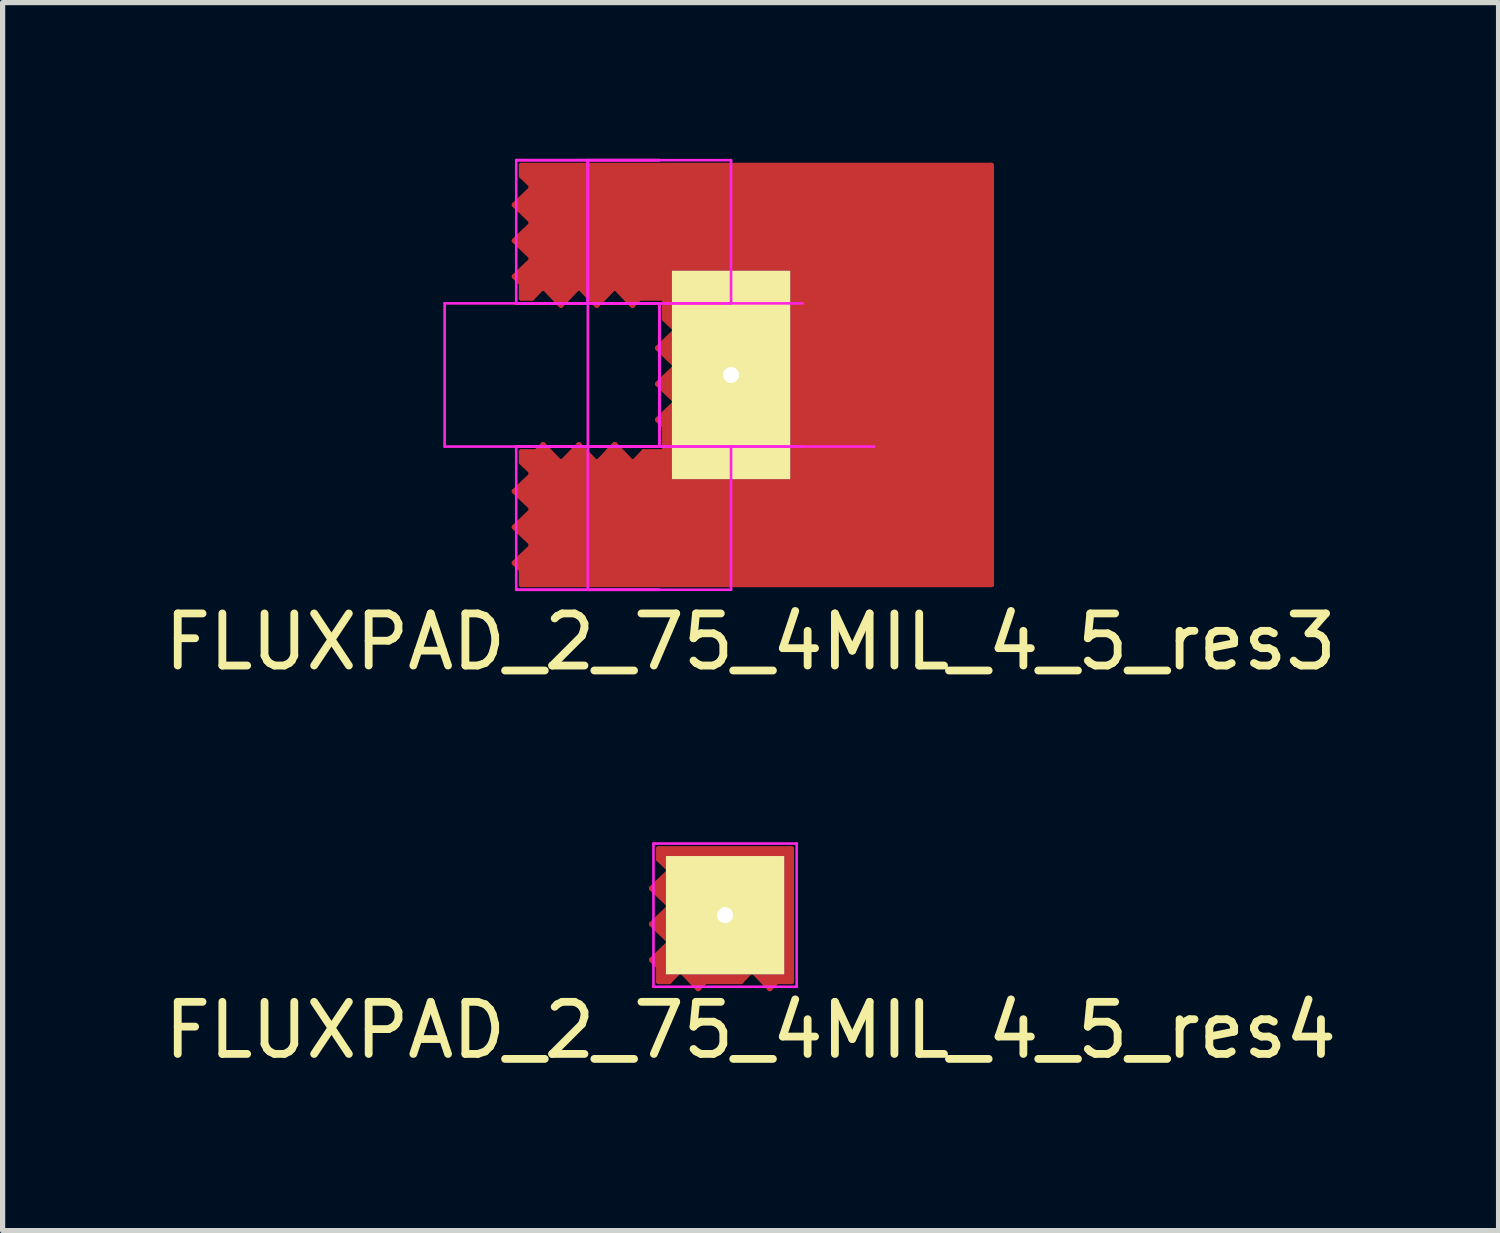
<source format=kicad_pcb>
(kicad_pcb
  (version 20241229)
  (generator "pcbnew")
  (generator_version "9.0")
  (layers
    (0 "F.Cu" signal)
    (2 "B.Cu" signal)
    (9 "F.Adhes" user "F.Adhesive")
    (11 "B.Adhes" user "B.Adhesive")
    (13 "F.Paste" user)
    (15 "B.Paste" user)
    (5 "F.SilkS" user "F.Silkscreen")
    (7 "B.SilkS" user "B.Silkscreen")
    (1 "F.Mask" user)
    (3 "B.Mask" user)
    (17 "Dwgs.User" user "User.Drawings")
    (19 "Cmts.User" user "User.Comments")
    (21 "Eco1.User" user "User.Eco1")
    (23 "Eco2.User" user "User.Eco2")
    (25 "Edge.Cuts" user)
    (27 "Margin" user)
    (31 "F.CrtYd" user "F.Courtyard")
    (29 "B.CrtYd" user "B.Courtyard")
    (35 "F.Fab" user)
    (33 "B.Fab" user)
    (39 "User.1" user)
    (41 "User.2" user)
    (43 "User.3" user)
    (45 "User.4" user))
  (footprint "FLUXPAD_2_75_4MIL_4_5_res3"
    (layer "F.Cu")
    (at 10.988 4.15)
    (property "Reference" "FLUXPAD_2_75_4MIL_4_5_res3" (at 0.375 5.125 0) (layer "F.SilkS") (effects (font (size 1 1) (thickness 0.15))))
    (attr through_hole)
    (fp_line (start -4.161 -3.266) (end -3.801 -3.609) (stroke (width 0.1) (type solid)) (layer "F.Cu"))
    (fp_line (start -4.161 -2.578) (end -3.801 -2.922) (stroke (width 0.1) (type solid)) (layer "F.Cu"))
    (fp_line (start -4.161 -1.891) (end -4.025 -1.761) (stroke (width 0.1) (type solid)) (layer "F.Cu"))
    (fp_line (start -4.161 -1.891) (end -3.801 -2.234) (stroke (width 0.1) (type solid)) (layer "F.Cu"))
    (fp_line (start -4.161 2.234) (end -3.801 1.891) (stroke (width 0.1) (type solid)) (layer "F.Cu"))
    (fp_line (start -4.161 2.922) (end -3.801 2.578) (stroke (width 0.1) (type solid)) (layer "F.Cu"))
    (fp_line (start -4.161 3.609) (end -4.025 3.739) (stroke (width 0.1) (type solid)) (layer "F.Cu"))
    (fp_line (start -4.161 3.609) (end -3.801 3.266) (stroke (width 0.1) (type solid)) (layer "F.Cu"))
    (fp_line (start -4.05 -3.27) (end -3.92 -3.39) (stroke (width 0.15) (type solid)) (layer "F.Cu"))
    (fp_line (start -4.05 2.23) (end -3.92 2.11) (stroke (width 0.15) (type solid)) (layer "F.Cu"))
    (fp_line (start -4.04 -2.58) (end -3.91 -2.7) (stroke (width 0.15) (type solid)) (layer "F.Cu"))
    (fp_line (start -4.04 2.92) (end -3.91 2.8) (stroke (width 0.15) (type solid)) (layer "F.Cu"))
    (fp_line (start -4.025 -4.025) (end -4.025 -3.824) (stroke (width 0.1) (type solid)) (layer "F.Cu"))
    (fp_line (start -4.025 -3.824) (end -3.801 -3.609) (stroke (width 0.1) (type solid)) (layer "F.Cu"))
    (fp_line (start -4.025 -1.761) (end -4.025 -1.475) (stroke (width 0.1) (type solid)) (layer "F.Cu"))
    (fp_line (start -4.025 -1.475) (end -3.824 -1.475) (stroke (width 0.1) (type solid)) (layer "F.Cu"))
    (fp_line (start -4.025 1.475) (end -4.025 1.676) (stroke (width 0.1) (type solid)) (layer "F.Cu"))
    (fp_line (start -4.025 1.676) (end -3.801 1.891) (stroke (width 0.1) (type solid)) (layer "F.Cu"))
    (fp_line (start -4.025 3.739) (end -4.025 4.025) (stroke (width 0.1) (type solid)) (layer "F.Cu"))
    (fp_line (start -4.025 4.025) (end 5 4.025) (stroke (width 0.1) (type solid)) (layer "F.Cu"))
    (fp_line (start -3.93 -1.58) (end -3.92 -2.03) (stroke (width 0.15) (type solid)) (layer "F.Cu"))
    (fp_line (start -3.93 3.92) (end -3.92 3.47) (stroke (width 0.15) (type solid)) (layer "F.Cu"))
    (fp_line (start -3.92 -3.82) (end -3.92 -3.93) (stroke (width 0.15) (type solid)) (layer "F.Cu"))
    (fp_line (start -3.92 -3.39) (end -3.92 -3.14) (stroke (width 0.15) (type solid)) (layer "F.Cu"))
    (fp_line (start -3.92 -3.14) (end -4.05 -3.27) (stroke (width 0.15) (type solid)) (layer "F.Cu"))
    (fp_line (start -3.92 -2.03) (end -4.02 -1.87) (stroke (width 0.15) (type solid)) (layer "F.Cu"))
    (fp_line (start -3.92 1.57) (end -3.47 1.58) (stroke (width 0.15) (type solid)) (layer "F.Cu"))
    (fp_line (start -3.92 1.68) (end -3.92 1.57) (stroke (width 0.15) (type solid)) (layer "F.Cu"))
    (fp_line (start -3.92 2.11) (end -3.92 2.36) (stroke (width 0.15) (type solid)) (layer "F.Cu"))
    (fp_line (start -3.92 2.36) (end -4.05 2.23) (stroke (width 0.15) (type solid)) (layer "F.Cu"))
    (fp_line (start -3.92 3.47) (end -4.02 3.63) (stroke (width 0.15) (type solid)) (layer "F.Cu"))
    (fp_line (start -3.91 -2.7) (end -3.91 -2.45) (stroke (width 0.15) (type solid)) (layer "F.Cu"))
    (fp_line (start -3.91 -2.45) (end -4.04 -2.58) (stroke (width 0.15) (type solid)) (layer "F.Cu"))
    (fp_line (start -3.91 2.8) (end -3.91 3.05) (stroke (width 0.15) (type solid)) (layer "F.Cu"))
    (fp_line (start -3.91 3.05) (end -4.04 2.92) (stroke (width 0.15) (type solid)) (layer "F.Cu"))
    (fp_line (start -3.824 -1.475) (end -3.609 -1.699) (stroke (width 0.1) (type solid)) (layer "F.Cu"))
    (fp_line (start -3.82 -1.58) (end -3.93 -1.58) (stroke (width 0.15) (type solid)) (layer "F.Cu"))
    (fp_line (start -3.801 -2.922) (end -4.161 -3.266) (stroke (width 0.1) (type solid)) (layer "F.Cu"))
    (fp_line (start -3.801 -2.234) (end -4.161 -2.578) (stroke (width 0.1) (type solid)) (layer "F.Cu"))
    (fp_line (start -3.801 2.578) (end -4.161 2.234) (stroke (width 0.1) (type solid)) (layer "F.Cu"))
    (fp_line (start -3.801 3.266) (end -4.161 2.922) (stroke (width 0.1) (type solid)) (layer "F.Cu"))
    (fp_line (start -3.739 1.475) (end -4.025 1.475) (stroke (width 0.1) (type solid)) (layer "F.Cu"))
    (fp_line (start -3.609 1.339) (end -3.266 1.699) (stroke (width 0.1) (type solid)) (layer "F.Cu"))
    (fp_line (start -3.609 1.339) (end -3.739 1.475) (stroke (width 0.1) (type solid)) (layer "F.Cu"))
    (fp_line (start -3.47 1.58) (end -3.63 1.48) (stroke (width 0.15) (type solid)) (layer "F.Cu"))
    (fp_line (start -3.39 -1.58) (end -3.14 -1.58) (stroke (width 0.15) (type solid)) (layer "F.Cu"))
    (fp_line (start -3.27 -1.45) (end -3.39 -1.58) (stroke (width 0.15) (type solid)) (layer "F.Cu"))
    (fp_line (start -3.266 -1.339) (end -3.609 -1.699) (stroke (width 0.1) (type solid)) (layer "F.Cu"))
    (fp_line (start -3.266 1.699) (end -2.922 1.339) (stroke (width 0.1) (type solid)) (layer "F.Cu"))
    (fp_line (start -3.14 -1.58) (end -3.27 -1.45) (stroke (width 0.15) (type solid)) (layer "F.Cu"))
    (fp_line (start -3.05 1.59) (end -2.92 1.46) (stroke (width 0.15) (type solid)) (layer "F.Cu"))
    (fp_line (start -2.922 -1.699) (end -3.266 -1.339) (stroke (width 0.1) (type solid)) (layer "F.Cu"))
    (fp_line (start -2.922 1.339) (end -2.578 1.699) (stroke (width 0.1) (type solid)) (layer "F.Cu"))
    (fp_line (start -2.92 1.46) (end -2.8 1.59) (stroke (width 0.15) (type solid)) (layer "F.Cu"))
    (fp_line (start -2.8 1.59) (end -3.05 1.59) (stroke (width 0.15) (type solid)) (layer "F.Cu"))
    (fp_line (start -2.7 -1.59) (end -2.45 -1.59) (stroke (width 0.15) (type solid)) (layer "F.Cu"))
    (fp_line (start -2.65 -1.475) (end -2.449 -1.475) (stroke (width 0.1) (type solid)) (layer "F.Cu"))
    (fp_line (start -2.58 -1.46) (end -2.7 -1.59) (stroke (width 0.15) (type solid)) (layer "F.Cu"))
    (fp_line (start -2.578 -1.339) (end -2.922 -1.699) (stroke (width 0.1) (type solid)) (layer "F.Cu"))
    (fp_line (start -2.578 1.699) (end -2.234 1.339) (stroke (width 0.1) (type solid)) (layer "F.Cu"))
    (fp_line (start -2.45 -1.59) (end -2.58 -1.46) (stroke (width 0.15) (type solid)) (layer "F.Cu"))
    (fp_line (start -2.449 -1.475) (end -2.234 -1.699) (stroke (width 0.1) (type solid)) (layer "F.Cu"))
    (fp_line (start -2.445 -1.58) (end -2.555 -1.58) (stroke (width 0.15) (type solid)) (layer "F.Cu"))
    (fp_line (start -2.36 1.58) (end -2.23 1.45) (stroke (width 0.15) (type solid)) (layer "F.Cu"))
    (fp_line (start -2.234 -1.699) (end -2.578 -1.339) (stroke (width 0.1) (type solid)) (layer "F.Cu"))
    (fp_line (start -2.234 1.339) (end -1.891 1.699) (stroke (width 0.1) (type solid)) (layer "F.Cu"))
    (fp_line (start -2.234 1.339) (end -1.891 1.699) (stroke (width 0.1) (type solid)) (layer "F.Cu"))
    (fp_line (start -2.234 1.339) (end -2.364 1.475) (stroke (width 0.1) (type solid)) (layer "F.Cu"))
    (fp_line (start -2.23 1.45) (end -2.11 1.58) (stroke (width 0.15) (type solid)) (layer "F.Cu"))
    (fp_line (start -2.11 1.58) (end -2.36 1.58) (stroke (width 0.15) (type solid)) (layer "F.Cu"))
    (fp_line (start -2.095 1.58) (end -2.255 1.48) (stroke (width 0.15) (type solid)) (layer "F.Cu"))
    (fp_line (start -2.03 -1.58) (end -1.87 -1.48) (stroke (width 0.15) (type solid)) (layer "F.Cu"))
    (fp_line (start -2.015 -1.58) (end -1.765 -1.58) (stroke (width 0.15) (type solid)) (layer "F.Cu"))
    (fp_line (start -1.895 -1.45) (end -2.015 -1.58) (stroke (width 0.15) (type solid)) (layer "F.Cu"))
    (fp_line (start -1.891 -1.339) (end -2.234 -1.699) (stroke (width 0.1) (type solid)) (layer "F.Cu"))
    (fp_line (start -1.891 -1.339) (end -2.234 -1.699) (stroke (width 0.1) (type solid)) (layer "F.Cu"))
    (fp_line (start -1.891 1.699) (end -1.676 1.475) (stroke (width 0.1) (type solid)) (layer "F.Cu"))
    (fp_line (start -1.775 -1.475) (end -1.275 -1.475) (stroke (width 0.1) (type solid)) (layer "F.Cu"))
    (fp_line (start -1.765 -1.58) (end -1.895 -1.45) (stroke (width 0.15) (type solid)) (layer "F.Cu"))
    (fp_line (start -1.65 -1.56) (end -1.15 -1.56) (stroke (width 0.152) (type solid)) (layer "F.Cu"))
    (fp_line (start -1.65 1.56) (end -1.15 1.56) (stroke (width 0.152) (type solid)) (layer "F.Cu"))
    (fp_line (start -1.547 -1.699) (end -1.891 -1.339) (stroke (width 0.1) (type solid)) (layer "F.Cu"))
    (fp_line (start -1.425 1.59) (end -1.675 1.59) (stroke (width 0.15) (type solid)) (layer "F.Cu"))
    (fp_line (start -1.411 -0.516) (end -1.051 -0.859) (stroke (width 0.1) (type solid)) (layer "F.Cu"))
    (fp_line (start -1.411 0.172) (end -1.051 -0.172) (stroke (width 0.1) (type solid)) (layer "F.Cu"))
    (fp_line (start -1.411 0.859) (end -1.275 0.989) (stroke (width 0.1) (type solid)) (layer "F.Cu"))
    (fp_line (start -1.411 0.859) (end -1.051 0.516) (stroke (width 0.1) (type solid)) (layer "F.Cu"))
    (fp_line (start -1.3 -0.52) (end -1.17 -0.64) (stroke (width 0.15) (type solid)) (layer "F.Cu"))
    (fp_line (start -1.29 0.17) (end -1.16 0.05) (stroke (width 0.15) (type solid)) (layer "F.Cu"))
    (fp_line (start -1.275 -1.475) (end -1.275 -1.074) (stroke (width 0.1) (type solid)) (layer "F.Cu"))
    (fp_line (start -1.275 -1.074) (end -1.051 -0.859) (stroke (width 0.1) (type solid)) (layer "F.Cu"))
    (fp_line (start -1.275 0.989) (end -1.275 1.475) (stroke (width 0.1) (type solid)) (layer "F.Cu"))
    (fp_line (start -1.275 1.475) (end -1.676 1.475) (stroke (width 0.1) (type solid)) (layer "F.Cu"))
    (fp_line (start -1.18 -1) (end -1.18 -1.6) (stroke (width 0.1) (type solid)) (layer "F.Cu"))
    (fp_line (start -1.18 1) (end -1.18 1.6) (stroke (width 0.152) (type solid)) (layer "F.Cu"))
    (fp_line (start -1.18 1.17) (end -1.17 0.72) (stroke (width 0.15) (type solid)) (layer "F.Cu"))
    (fp_line (start -1.17 -0.64) (end -1.17 -0.39) (stroke (width 0.15) (type solid)) (layer "F.Cu"))
    (fp_line (start -1.17 -0.39) (end -1.3 -0.52) (stroke (width 0.15) (type solid)) (layer "F.Cu"))
    (fp_line (start -1.17 0.72) (end -1.27 0.88) (stroke (width 0.15) (type solid)) (layer "F.Cu"))
    (fp_line (start -1.16 0.05) (end -1.16 0.3) (stroke (width 0.15) (type solid)) (layer "F.Cu"))
    (fp_line (start -1.16 0.3) (end -1.29 0.17) (stroke (width 0.15) (type solid)) (layer "F.Cu"))
    (fp_line (start -1.051 -0.172) (end -1.411 -0.516) (stroke (width 0.1) (type solid)) (layer "F.Cu"))
    (fp_line (start -1.051 0.516) (end -1.411 0.172) (stroke (width 0.1) (type solid)) (layer "F.Cu"))
    (fp_line (start 5 -4.025) (end -4.025 -4.025) (stroke (width 0.1) (type solid)) (layer "F.Cu"))
    (fp_line (start 5 4.025) (end 5 -4.025) (stroke (width 0.1) (type solid)) (layer "F.Cu"))
    (fp_line (start -5.5 -1.375) (end -5.5 1.375) (stroke (width 0.05) (type solid)) (layer "F.CrtYd"))
    (fp_line (start -5.5 -1.375) (end -2.75 -1.375) (stroke (width 0.05) (type solid)) (layer "F.CrtYd"))
    (fp_line (start -5.5 1.375) (end -2.75 1.375) (stroke (width 0.05) (type solid)) (layer "F.CrtYd"))
    (fp_line (start -4.125 -4.125) (end -4.125 -1.375) (stroke (width 0.05) (type solid)) (layer "F.CrtYd"))
    (fp_line (start -4.125 -4.125) (end -1.375 -4.125) (stroke (width 0.05) (type solid)) (layer "F.CrtYd"))
    (fp_line (start -4.125 -4.125) (end -1.375 -4.125) (stroke (width 0.05) (type solid)) (layer "F.CrtYd"))
    (fp_line (start -4.125 -1.375) (end -1.375 -1.375) (stroke (width 0.05) (type solid)) (layer "F.CrtYd"))
    (fp_line (start -4.125 -1.375) (end -1.375 -1.375) (stroke (width 0.05) (type solid)) (layer "F.CrtYd"))
    (fp_line (start -4.125 -1.375) (end -1.375 -1.375) (stroke (width 0.05) (type solid)) (layer "F.CrtYd"))
    (fp_line (start -4.125 1.375) (end -4.125 4.125) (stroke (width 0.05) (type solid)) (layer "F.CrtYd"))
    (fp_line (start -4.125 1.375) (end -1.375 1.375) (stroke (width 0.05) (type solid)) (layer "F.CrtYd"))
    (fp_line (start -4.125 1.375) (end -1.375 1.375) (stroke (width 0.05) (type solid)) (layer "F.CrtYd"))
    (fp_line (start -4.125 1.375) (end -1.375 1.375) (stroke (width 0.05) (type solid)) (layer "F.CrtYd"))
    (fp_line (start -4.125 4.125) (end -1.375 4.125) (stroke (width 0.05) (type solid)) (layer "F.CrtYd"))
    (fp_line (start -4.125 4.125) (end -1.375 4.125) (stroke (width 0.05) (type solid)) (layer "F.CrtYd"))
    (fp_line (start -2.75 -4.125) (end -2.75 -1.375) (stroke (width 0.05) (type solid)) (layer "F.CrtYd"))
    (fp_line (start -2.75 -4.125) (end -2.75 -1.375) (stroke (width 0.05) (type solid)) (layer "F.CrtYd"))
    (fp_line (start -2.75 -4.125) (end -2.75 4.125) (stroke (width 0.05) (type solid)) (layer "F.CrtYd"))
    (fp_line (start -2.75 -4.125) (end 0 -4.125) (stroke (width 0.05) (type solid)) (layer "F.CrtYd"))
    (fp_line (start -2.75 -1.375) (end 0 -1.375) (stroke (width 0.05) (type solid)) (layer "F.CrtYd"))
    (fp_line (start -2.75 1.375) (end 0 1.375) (stroke (width 0.05) (type solid)) (layer "F.CrtYd"))
    (fp_line (start -2.75 4.125) (end 0 4.125) (stroke (width 0.05) (type solid)) (layer "F.CrtYd"))
    (fp_line (start -1.375 -1.375) (end -1.375 1.375) (stroke (width 0.05) (type solid)) (layer "F.CrtYd"))
    (fp_line (start -1.375 -1.375) (end -1.375 1.375) (stroke (width 0.05) (type solid)) (layer "F.CrtYd"))
    (fp_line (start -1.375 -1.375) (end 1.375 -1.375) (stroke (width 0.05) (type solid)) (layer "F.CrtYd"))
    (fp_line (start -1.375 1.375) (end 1.375 1.375) (stroke (width 0.05) (type solid)) (layer "F.CrtYd"))
    (fp_line (start 0 -4.125) (end 0 -1.375) (stroke (width 0.05) (type solid)) (layer "F.CrtYd"))
    (fp_line (start 0 1.375) (end 0 4.125) (stroke (width 0.05) (type solid)) (layer "F.CrtYd"))
    (fp_line (start 0 1.375) (end 2.75 1.375) (stroke (width 0.05) (type solid)) (layer "F.CrtYd"))
    (pad "" smd rect (at -1.39 -2.815) (size 5 2.4) (layers "F.Cu" "F.Mask"))
    (pad "" smd rect (at -1.39 2.815) (size 5 2.4) (layers "F.Cu" "F.Mask"))
    (pad "" smd rect (at 3 0) (size 4 8) (layers "F.Cu" "F.Mask"))
    (pad "1" thru_hole circle (at 0 0) (size 0.605 0.605) (drill 0.3) (layers "*.Cu" "*.Mask" "F.SilkS"))
    (pad "1" thru_hole rect (at 0 0) (size 2.27 4) (drill 0.3) (layers "F.Cu" "F.Mask" "F.SilkS")))
  (footprint "FLUXPAD_2_75_4MIL_4_5_res4"
    (layer "F.Cu")
    (at 10.873 14.523)
    (property "Reference" "FLUXPAD_2_75_4MIL_4_5_res4" (at 0.49 2.21 0) (layer "F.SilkS") (effects (font (size 1 1) (thickness 0.15))))
    (attr through_hole)
    (fp_line (start -1.411 -0.516) (end -1.051 -0.859) (stroke (width 0.1) (type solid)) (layer "F.Cu"))
    (fp_line (start -1.411 0.172) (end -1.051 -0.172) (stroke (width 0.1) (type solid)) (layer "F.Cu"))
    (fp_line (start -1.411 0.859) (end -1.275 0.989) (stroke (width 0.1) (type solid)) (layer "F.Cu"))
    (fp_line (start -1.411 0.859) (end -1.051 0.516) (stroke (width 0.1) (type solid)) (layer "F.Cu"))
    (fp_line (start -1.3 -0.52) (end -1.17 -0.64) (stroke (width 0.15) (type solid)) (layer "F.Cu"))
    (fp_line (start -1.29 0.17) (end -1.16 0.05) (stroke (width 0.15) (type solid)) (layer "F.Cu"))
    (fp_line (start -1.275 -1.275) (end -1.275 -1.074) (stroke (width 0.1) (type solid)) (layer "F.Cu"))
    (fp_line (start -1.275 -1.074) (end -1.051 -0.859) (stroke (width 0.1) (type solid)) (layer "F.Cu"))
    (fp_line (start -1.275 0.989) (end -1.275 1.275) (stroke (width 0.1) (type solid)) (layer "F.Cu"))
    (fp_line (start -1.275 1.275) (end -1.074 1.275) (stroke (width 0.1) (type solid)) (layer "F.Cu"))
    (fp_line (start -1.25 -1.18) (end 1.25 -1.18) (stroke (width 0.1) (type solid)) (layer "F.Cu"))
    (fp_line (start -1.18 1.17) (end -1.17 0.72) (stroke (width 0.15) (type solid)) (layer "F.Cu"))
    (fp_line (start -1.17 -1.07) (end -1.17 -1.18) (stroke (width 0.15) (type solid)) (layer "F.Cu"))
    (fp_line (start -1.17 -0.64) (end -1.17 -0.39) (stroke (width 0.15) (type solid)) (layer "F.Cu"))
    (fp_line (start -1.17 -0.39) (end -1.3 -0.52) (stroke (width 0.15) (type solid)) (layer "F.Cu"))
    (fp_line (start -1.17 0.72) (end -1.27 0.88) (stroke (width 0.15) (type solid)) (layer "F.Cu"))
    (fp_line (start -1.16 0.05) (end -1.16 0.3) (stroke (width 0.15) (type solid)) (layer "F.Cu"))
    (fp_line (start -1.16 0.3) (end -1.29 0.17) (stroke (width 0.15) (type solid)) (layer "F.Cu"))
    (fp_line (start -1.074 1.275) (end -0.859 1.051) (stroke (width 0.1) (type solid)) (layer "F.Cu"))
    (fp_line (start -1.07 1.17) (end -1.18 1.17) (stroke (width 0.15) (type solid)) (layer "F.Cu"))
    (fp_line (start -1.051 -0.172) (end -1.411 -0.516) (stroke (width 0.1) (type solid)) (layer "F.Cu"))
    (fp_line (start -1.051 0.516) (end -1.411 0.172) (stroke (width 0.1) (type solid)) (layer "F.Cu"))
    (fp_line (start -0.64 1.17) (end -0.39 1.17) (stroke (width 0.15) (type solid)) (layer "F.Cu"))
    (fp_line (start -0.52 1.3) (end -0.64 1.17) (stroke (width 0.15) (type solid)) (layer "F.Cu"))
    (fp_line (start -0.516 1.411) (end -0.859 1.051) (stroke (width 0.1) (type solid)) (layer "F.Cu"))
    (fp_line (start -0.39 1.17) (end -0.52 1.3) (stroke (width 0.15) (type solid)) (layer "F.Cu"))
    (fp_line (start -0.38 1.275) (end 0.304 1.275) (stroke (width 0.1) (type solid)) (layer "F.Cu"))
    (fp_line (start -0.3 1.16) (end 0.3 1.16) (stroke (width 0.15) (type solid)) (layer "F.Cu"))
    (fp_line (start -0.172 1.051) (end -0.516 1.411) (stroke (width 0.1) (type solid)) (layer "F.Cu"))
    (fp_line (start 0.516 1.051) (end 0.304 1.275) (stroke (width 0.1) (type solid)) (layer "F.Cu"))
    (fp_line (start 0.72 1.17) (end 0.88 1.27) (stroke (width 0.15) (type solid)) (layer "F.Cu"))
    (fp_line (start 0.859 1.411) (end 0.989 1.275) (stroke (width 0.1) (type solid)) (layer "F.Cu"))
    (fp_line (start 0.859 1.411) (end 0.516 1.051) (stroke (width 0.1) (type solid)) (layer "F.Cu"))
    (fp_line (start 0.989 1.275) (end 1.275 1.275) (stroke (width 0.1) (type solid)) (layer "F.Cu"))
    (fp_line (start 1.17 1.18) (end 0.72 1.17) (stroke (width 0.15) (type solid)) (layer "F.Cu"))
    (fp_line (start 1.18 1.15) (end 1.18 -1.15) (stroke (width 0.1) (type solid)) (layer "F.Cu"))
    (fp_line (start 1.275 -1.275) (end -1.275 -1.275) (stroke (width 0.1) (type solid)) (layer "F.Cu"))
    (fp_line (start 1.275 1.275) (end 1.275 -1.275) (stroke (width 0.1) (type solid)) (layer "F.Cu"))
    (fp_line (start -1.375 -1.375) (end -1.375 1.375) (stroke (width 0.05) (type solid)) (layer "F.CrtYd"))
    (fp_line (start -1.375 -1.375) (end 1.375 -1.375) (stroke (width 0.05) (type solid)) (layer "F.CrtYd"))
    (fp_line (start -1.375 1.375) (end 1.375 1.375) (stroke (width 0.05) (type solid)) (layer "F.CrtYd"))
    (fp_line (start 1.375 -1.375) (end 1.375 1.375) (stroke (width 0.05) (type solid)) (layer "F.CrtYd"))
    (pad "1" thru_hole circle (at 0 0) (size 0.605 0.605) (drill 0.3) (layers "*.Cu" "*.Mask" "F.SilkS"))
    (pad "1" thru_hole rect (at 0 0) (size 2.27 2.27) (drill 0.3) (layers "F.Cu" "F.Mask" "F.SilkS")))
  (gr_rect
    (start -3 -3)
    (end 25.726 20.581)
    (stroke (width 0.1) (type default))
    (fill no)
    (layer "Edge.Cuts")))
</source>
